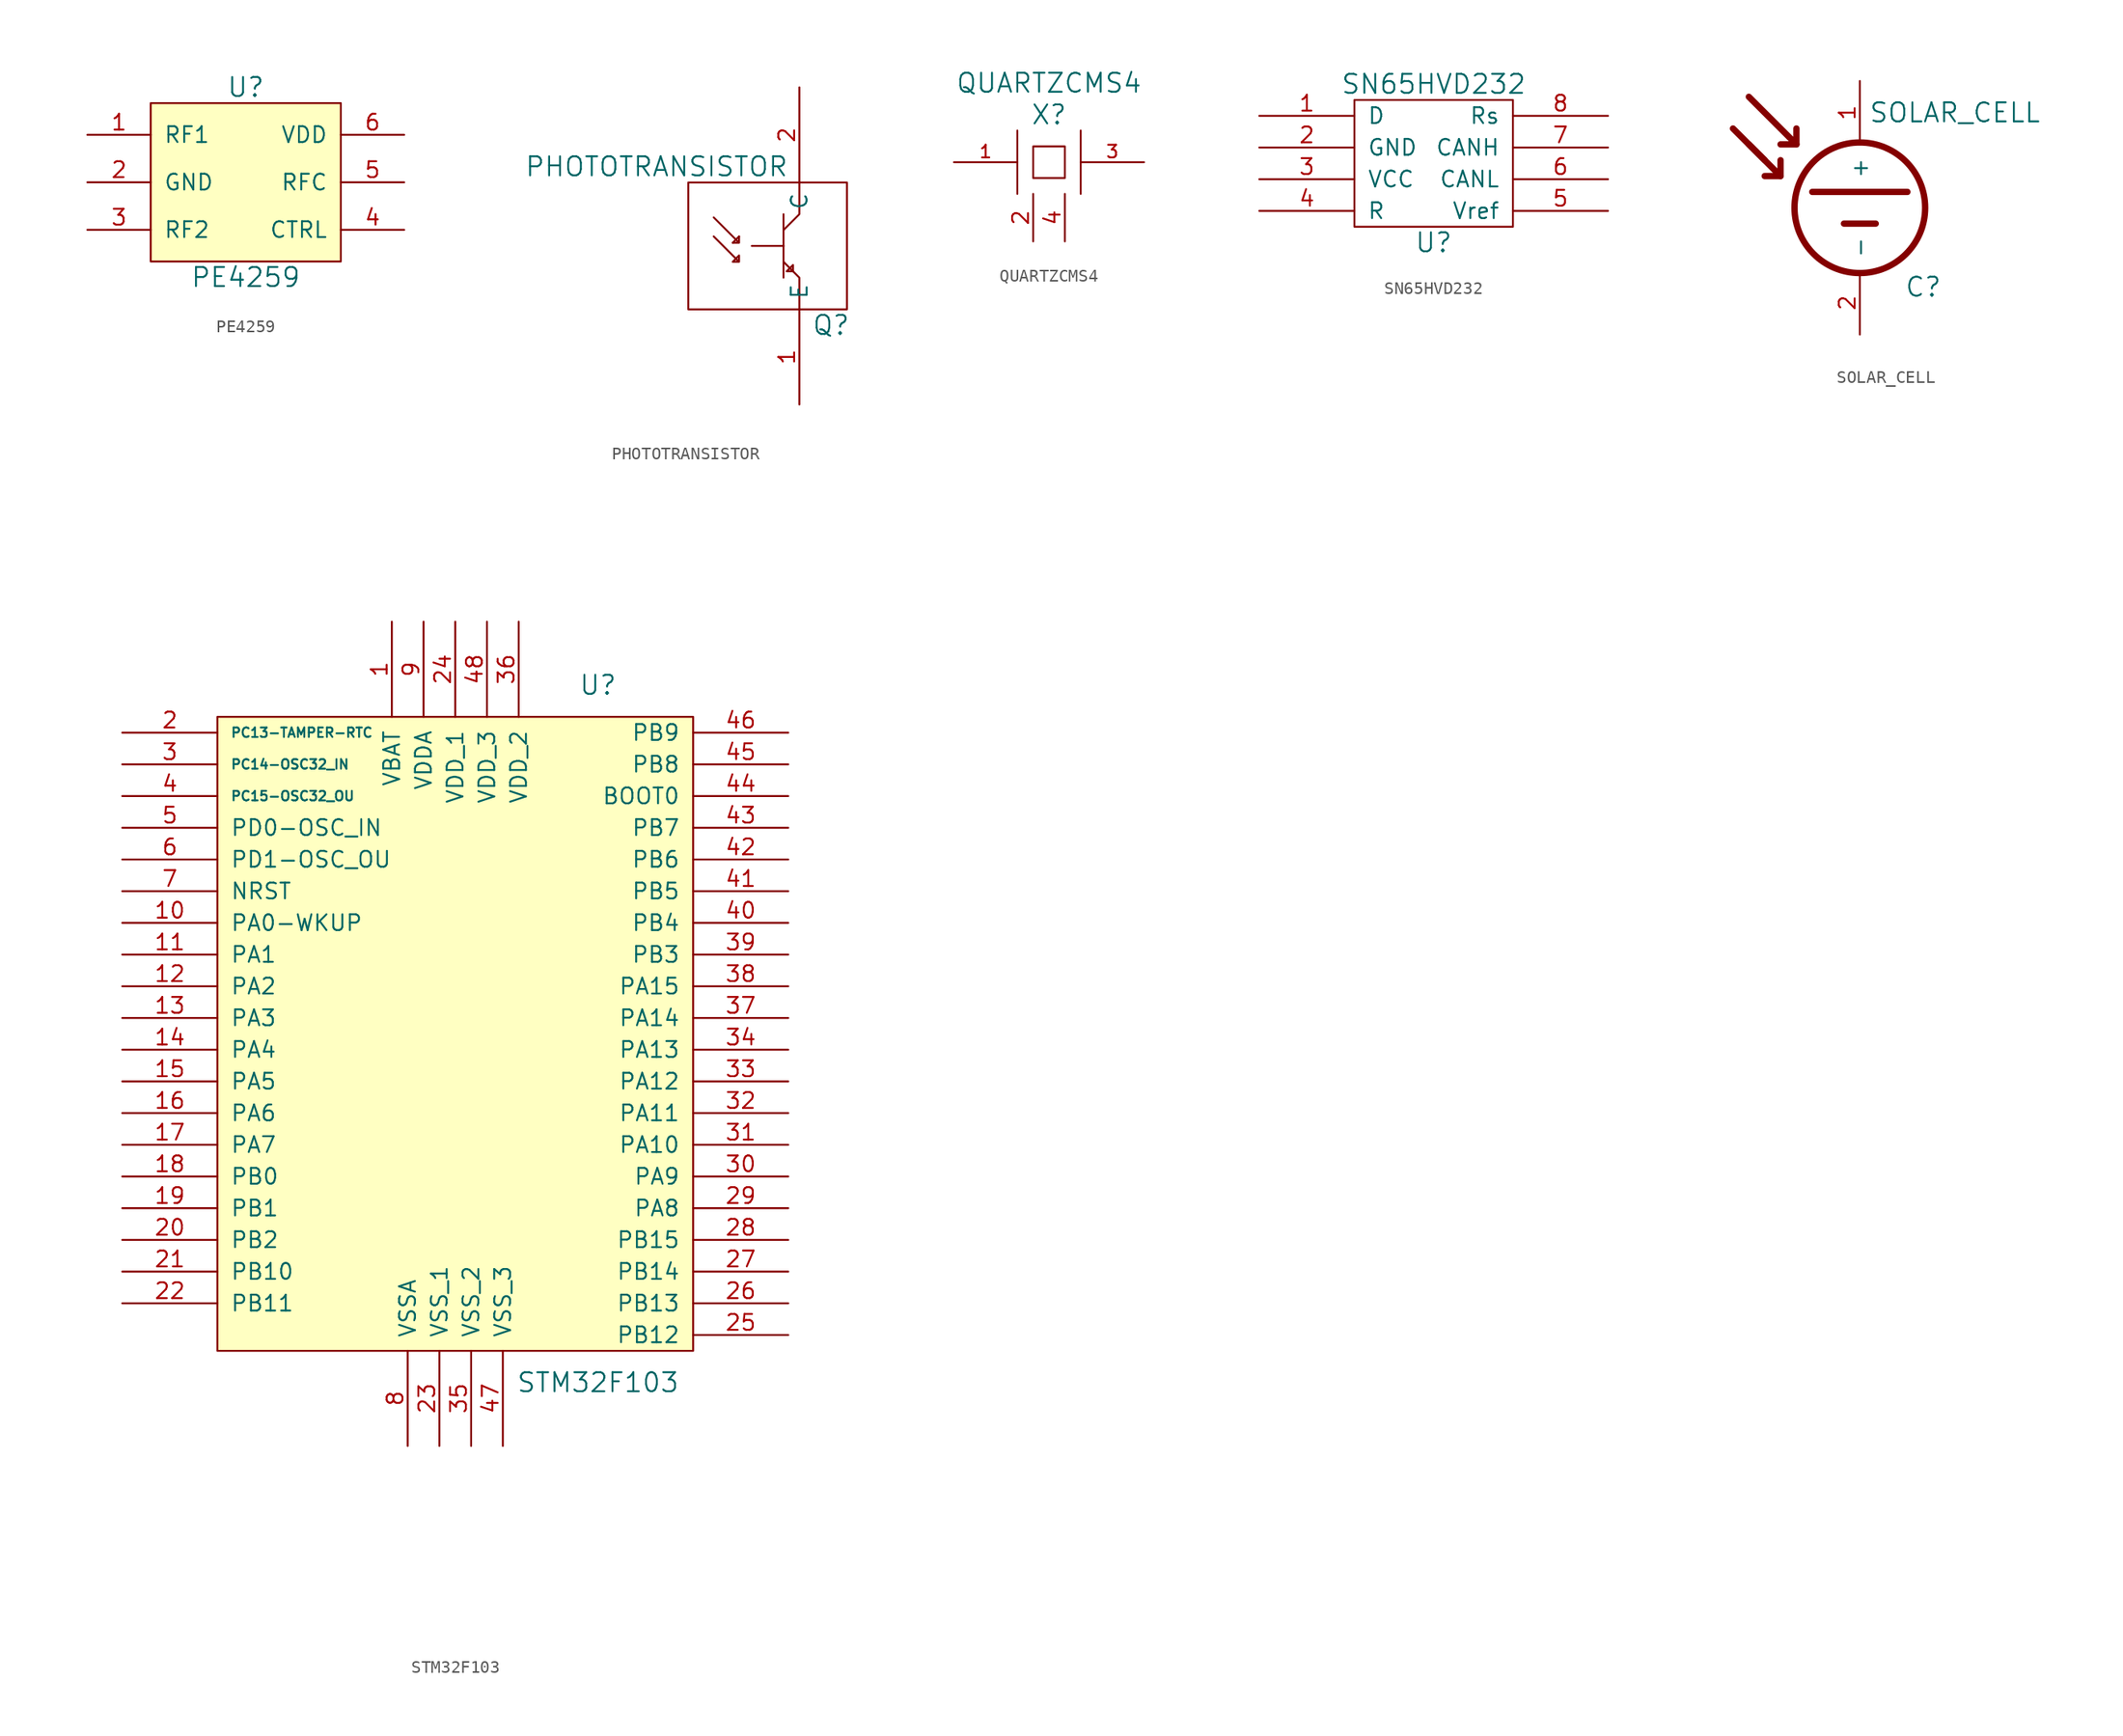
<source format=kicad_sym>
(kicad_symbol_lib
  (version 20211014)
  (generator kicad_symbol_editor)
  (symbol "PE4259"
    (pin_names
      (offset 1.016))
    (property "Reference" "U"
      (at 0 7.62 0)
      (effects (font (size 1.524 1.524))))
    (property "Value" "PE4259"
      (at 0 -7.62 0)
      (effects (font (size 1.524 1.524))))
    (property "Datasheet" ""
      (at 0 0 0)
      (effects (font (size 1.524 1.524))))
    (symbol "PE4259_0_1"
      (rectangle (start -7.62 6.35) (end 7.62 -6.35) (stroke (width 0) (type default) (color 0 0 0 0)) (fill (type background))))
    (symbol "PE4259_1_1"
      (pin input line (at -12.7 3.81 0) (length 5.08) (name "RF1" (effects (font (size 1.27 1.27)))) (number "1" (effects (font (size 1.27 1.27)))))
      (pin input line (at -12.7 0 0) (length 5.08) (name "GND" (effects (font (size 1.27 1.27)))) (number "2" (effects (font (size 1.27 1.27)))))
      (pin input line (at -12.7 -3.81 0) (length 5.08) (name "RF2" (effects (font (size 1.27 1.27)))) (number "3" (effects (font (size 1.27 1.27)))))
      (pin input line (at 12.7 -3.81 180) (length 5.08) (name "CTRL" (effects (font (size 1.27 1.27)))) (number "4" (effects (font (size 1.27 1.27)))))
      (pin input line (at 12.7 0 180) (length 5.08) (name "RFC" (effects (font (size 1.27 1.27)))) (number "5" (effects (font (size 1.27 1.27)))))
      (pin input line (at 12.7 3.81 180) (length 5.08) (name "VDD" (effects (font (size 1.27 1.27)))) (number "6" (effects (font (size 1.27 1.27)))))))
  (symbol "PHOTOTRANSISTOR"
    (pin_names
      (offset 0.762))
    (property "Reference" "Q"
      (at 6.35 -7.62 0)
      (effects (font (size 1.524 1.524))))
    (property "Value" "PHOTOTRANSISTOR"
      (at -7.62 5.08 0)
      (effects (font (size 1.524 1.524))))
    (property "Datasheet" ""
      (at 0 0 0)
      (effects (font (size 1.524 1.524))))
    (symbol "PHOTOTRANSISTOR_0_1"
      (polyline (pts (xy 2.54 -1.27) (xy 0 -1.27)) (stroke (width 0) (type default) (color 0 0 0 0)) (fill (type none)))
      (polyline (pts (xy 3.81 -6.35) (xy 3.81 -5.08)) (stroke (width 0) (type default) (color 0 0 0 0)) (fill (type none)))
      (polyline (pts (xy -1.524 -1.016) (xy -1.016 -0.508) (xy -1.016 -0.508)) (stroke (width 0) (type default) (color 0 0 0 0)) (fill (type none)))
      (polyline (pts (xy 2.54 1.27) (xy 2.54 -3.81) (xy 2.54 -3.81)) (stroke (width 0) (type default) (color 0 0 0 0)) (fill (type none)))
      (polyline (pts (xy 3.81 -5.08) (xy 3.81 -3.81) (xy 2.54 -2.54)) (stroke (width 0) (type default) (color 0 0 0 0)) (fill (type none)))
      (polyline (pts (xy 3.81 3.81) (xy 3.81 1.27) (xy 2.54 0)) (stroke (width 0) (type default) (color 0 0 0 0)) (fill (type none)))
      (polyline (pts (xy 2.794 -3.302) (xy 3.302 -2.794) (xy 3.302 -3.302) (xy 2.794 -3.302) (xy 2.794 -3.302)) (stroke (width 0) (type default) (color 0 0 0 0)) (fill (type none)))
      (polyline (pts (xy -3.048 1.016) (xy -1.016 -1.016) (xy -1.016 -0.508) (xy -1.016 -1.016) (xy -1.524 -1.016) (xy -1.524 -1.016)) (stroke (width 0) (type default) (color 0 0 0 0)) (fill (type none)))
      (polyline (pts (xy -3.048 -0.508) (xy -1.016 -2.54) (xy -1.016 -2.032) (xy -1.016 -2.54) (xy -1.524 -2.54) (xy -1.016 -2.032) (xy -1.016 -2.032)) (stroke (width 0) (type default) (color 0 0 0 0)) (fill (type none)))
      (rectangle (start 7.62 3.81) (end -5.08 -6.35) (stroke (width 0) (type default) (color 0 0 0 0)) (fill (type none))))
    (symbol "PHOTOTRANSISTOR_1_1"
      (pin output line (at 3.81 -13.97 90) (length 7.62) (name "E" (effects (font (size 1.27 1.27)))) (number "1" (effects (font (size 1.27 1.27)))))
      (pin output line (at 3.81 11.43 270) (length 7.62) (name "C" (effects (font (size 1.27 1.27)))) (number "2" (effects (font (size 1.27 1.27)))))))
  (symbol "QUARTZCMS4"
    (pin_names
      (offset 1.016) hide)
    (property "Reference" "X"
      (at 0 3.81 0)
      (effects (font (size 1.524 1.524))))
    (property "Value" "QUARTZCMS4"
      (at 0 6.35 0)
      (effects (font (size 1.524 1.524))))
    (property "Footprint" ""
      (at 0 0 0)
      (effects (font (size 1.524 1.524))))
    (property "Datasheet" ""
      (at 0 0 0)
      (effects (font (size 1.524 1.524))))
    (symbol "QUARTZCMS4_0_1"
      (polyline (pts (xy -2.54 2.54) (xy -2.54 -2.54)) (stroke (width 0) (type default) (color 0 0 0 0)) (fill (type none)))
      (polyline (pts (xy 2.54 2.54) (xy 2.54 -2.54)) (stroke (width 0) (type default) (color 0 0 0 0)) (fill (type none)))
      (polyline (pts (xy -1.27 1.27) (xy 1.27 1.27) (xy 1.27 -1.27) (xy -1.27 -1.27) (xy -1.27 1.27)) (stroke (width 0) (type default) (color 0 0 0 0)) (fill (type none))))
    (symbol "QUARTZCMS4_1_1"
      (pin passive line (at -7.62 0 0) (length 5.08) (name "1" (effects (font (size 1.016 1.016)))) (number "1" (effects (font (size 1.016 1.016)))))
      (pin input line (at -1.27 -6.35 90) (length 3.81) (name "~" (effects (font (size 1.27 1.27)))) (number "2" (effects (font (size 1.27 1.27)))))
      (pin passive line (at 7.62 0 180) (length 5.08) (name "3" (effects (font (size 1.016 1.016)))) (number "3" (effects (font (size 1.016 1.016)))))
      (pin input line (at 1.27 -6.35 90) (length 3.81) (name "~" (effects (font (size 1.27 1.27)))) (number "4" (effects (font (size 1.27 1.27)))))))
  (symbol "SN65HVD232"
    (pin_names
      (offset 1.016))
    (property "Reference" "U"
      (at 0 -6.35 0)
      (effects (font (size 1.524 1.524))))
    (property "Value" "SN65HVD232"
      (at 0 6.35 0)
      (effects (font (size 1.524 1.524))))
    (property "Datasheet" ""
      (at 0 0 0)
      (effects (font (size 1.524 1.524))))
    (symbol "SN65HVD232_0_1"
      (rectangle (start -6.35 5.08) (end 6.35 -5.08) (stroke (width 0) (type default) (color 0 0 0 0)) (fill (type none))))
    (symbol "SN65HVD232_1_1"
      (pin input line (at -13.97 3.81 0) (length 7.62) (name "D" (effects (font (size 1.27 1.27)))) (number "1" (effects (font (size 1.27 1.27)))))
      (pin input line (at -13.97 1.27 0) (length 7.62) (name "GND" (effects (font (size 1.27 1.27)))) (number "2" (effects (font (size 1.27 1.27)))))
      (pin input line (at -13.97 -1.27 0) (length 7.62) (name "VCC" (effects (font (size 1.27 1.27)))) (number "3" (effects (font (size 1.27 1.27)))))
      (pin input line (at -13.97 -3.81 0) (length 7.62) (name "R" (effects (font (size 1.27 1.27)))) (number "4" (effects (font (size 1.27 1.27)))))
      (pin input line (at 13.97 -3.81 180) (length 7.62) (name "Vref" (effects (font (size 1.27 1.27)))) (number "5" (effects (font (size 1.27 1.27)))))
      (pin input line (at 13.97 -1.27 180) (length 7.62) (name "CANL" (effects (font (size 1.27 1.27)))) (number "6" (effects (font (size 1.27 1.27)))))
      (pin input line (at 13.97 1.27 180) (length 7.62) (name "CANH" (effects (font (size 1.27 1.27)))) (number "7" (effects (font (size 1.27 1.27)))))
      (pin input line (at 13.97 3.81 180) (length 7.62) (name "Rs" (effects (font (size 1.27 1.27)))) (number "8" (effects (font (size 1.27 1.27)))))))
  (symbol "SOLAR_CELL"
    (pin_names
      (offset 1.016))
    (property "Reference" "C"
      (at 5.08 -6.35 0)
      (effects (font (size 1.524 1.524))))
    (property "Value" "SOLAR_CELL"
      (at 7.62 7.62 0)
      (effects (font (size 1.524 1.524))))
    (property "Footprint" ""
      (at 0 0 0)
      (effects (font (size 1.524 1.524))))
    (property "Datasheet" ""
      (at 0 0 0)
      (effects (font (size 1.524 1.524))))
    (symbol "SOLAR_CELL_0_1"
      (polyline (pts (xy -7.62 3.81) (xy -10.16 6.35)) (stroke (width 0.508) (type default) (color 0 0 0 0)) (fill (type none)))
      (polyline (pts (xy -6.35 2.54) (xy -7.62 2.54)) (stroke (width 0.508) (type default) (color 0 0 0 0)) (fill (type none)))
      (polyline (pts (xy -5.08 5.08) (xy -6.35 5.08)) (stroke (width 0.508) (type default) (color 0 0 0 0)) (fill (type none)))
      (polyline (pts (xy -3.81 1.27) (xy 3.81 1.27)) (stroke (width 0.508) (type default) (color 0 0 0 0)) (fill (type none)))
      (polyline (pts (xy -1.27 -1.27) (xy 1.27 -1.27)) (stroke (width 0.508) (type default) (color 0 0 0 0)) (fill (type none)))
      (polyline (pts (xy -8.89 5.08) (xy -6.35 2.54) (xy -6.35 3.81)) (stroke (width 0.508) (type default) (color 0 0 0 0)) (fill (type none)))
      (polyline (pts (xy -8.89 8.89) (xy -5.08 5.08) (xy -5.08 6.35)) (stroke (width 0.508) (type default) (color 0 0 0 0)) (fill (type none)))
      (circle (center 0 0) (radius 5.232) (stroke (width 0.508) (type default) (color 0 0 0 0)) (fill (type none))))
    (symbol "SOLAR_CELL_1_1"
      (pin input line (at 0 10.16 270) (length 5.08) (name "+" (effects (font (size 1.27 1.27)))) (number "1" (effects (font (size 1.27 1.27)))))
      (pin input line (at 0 -10.16 90) (length 5.08) (name "-" (effects (font (size 1.27 1.27)))) (number "2" (effects (font (size 1.27 1.27)))))))
  (symbol "STM32F103"
    (pin_names
      (offset 1.016))
    (property "Reference" "U"
      (at 11.43 69.85 0)
      (effects (font (size 1.524 1.524))))
    (property "Value" "STM32F103"
      (at 11.43 13.97 0)
      (effects (font (size 1.524 1.524))))
    (property "Datasheet" ""
      (at 0 0 0)
      (effects (font (size 1.524 1.524))))
    (symbol "STM32F103_0_1"
      (rectangle (start 19.05 16.51) (end -19.05 67.31) (stroke (width 0) (type default) (color 0 0 0 0)) (fill (type background))))
    (symbol "STM32F103_1_0"
      (pin input line (at -26.67 50.8 0) (length 7.62) (name "PA0-WKUP" (effects (font (size 1.27 1.27)))) (number "10" (effects (font (size 1.27 1.27)))))
      (pin input line (at -26.67 48.26 0) (length 7.62) (name "PA1" (effects (font (size 1.27 1.27)))) (number "11" (effects (font (size 1.27 1.27)))))
      (pin input line (at -26.67 45.72 0) (length 7.62) (name "PA2" (effects (font (size 1.27 1.27)))) (number "12" (effects (font (size 1.27 1.27)))))
      (pin input line (at -26.67 43.18 0) (length 7.62) (name "PA3" (effects (font (size 1.27 1.27)))) (number "13" (effects (font (size 1.27 1.27)))))
      (pin input line (at -26.67 40.64 0) (length 7.62) (name "PA4" (effects (font (size 1.27 1.27)))) (number "14" (effects (font (size 1.27 1.27)))))
      (pin input line (at -26.67 38.1 0) (length 7.62) (name "PA5" (effects (font (size 1.27 1.27)))) (number "15" (effects (font (size 1.27 1.27)))))
      (pin input line (at -26.67 35.56 0) (length 7.62) (name "PA6" (effects (font (size 1.27 1.27)))) (number "16" (effects (font (size 1.27 1.27)))))
      (pin input line (at -26.67 33.02 0) (length 7.62) (name "PA7" (effects (font (size 1.27 1.27)))) (number "17" (effects (font (size 1.27 1.27)))))
      (pin input line (at -26.67 30.48 0) (length 7.62) (name "PB0" (effects (font (size 1.27 1.27)))) (number "18" (effects (font (size 1.27 1.27)))))
      (pin input line (at -26.67 27.94 0) (length 7.62) (name "PB1" (effects (font (size 1.27 1.27)))) (number "19" (effects (font (size 1.27 1.27)))))
      (pin input line (at -26.67 25.4 0) (length 7.62) (name "PB2" (effects (font (size 1.27 1.27)))) (number "20" (effects (font (size 1.27 1.27)))))
      (pin input line (at -26.67 22.86 0) (length 7.62) (name "PB10" (effects (font (size 1.27 1.27)))) (number "21" (effects (font (size 1.27 1.27)))))
      (pin input line (at -26.67 20.32 0) (length 7.62) (name "PB11" (effects (font (size 1.27 1.27)))) (number "22" (effects (font (size 1.27 1.27)))))
      (pin input line (at -1.27 8.89 90) (length 7.62) (name "VSS_1" (effects (font (size 1.27 1.27)))) (number "23" (effects (font (size 1.27 1.27)))))
      (pin input line (at 0 74.93 270) (length 7.62) (name "VDD_1" (effects (font (size 1.27 1.27)))) (number "24" (effects (font (size 1.27 1.27)))))
      (pin input line (at 26.67 17.78 180) (length 7.62) (name "PB12" (effects (font (size 1.27 1.27)))) (number "25" (effects (font (size 1.27 1.27)))))
      (pin input line (at 26.67 20.32 180) (length 7.62) (name "PB13" (effects (font (size 1.27 1.27)))) (number "26" (effects (font (size 1.27 1.27)))))
      (pin input line (at 26.67 22.86 180) (length 7.62) (name "PB14" (effects (font (size 1.27 1.27)))) (number "27" (effects (font (size 1.27 1.27)))))
      (pin input line (at 26.67 25.4 180) (length 7.62) (name "PB15" (effects (font (size 1.27 1.27)))) (number "28" (effects (font (size 1.27 1.27)))))
      (pin input line (at 26.67 27.94 180) (length 7.62) (name "PA8" (effects (font (size 1.27 1.27)))) (number "29" (effects (font (size 1.27 1.27)))))
      (pin input line (at 26.67 30.48 180) (length 7.62) (name "PA9" (effects (font (size 1.27 1.27)))) (number "30" (effects (font (size 1.27 1.27)))))
      (pin input line (at 26.67 33.02 180) (length 7.62) (name "PA10" (effects (font (size 1.27 1.27)))) (number "31" (effects (font (size 1.27 1.27)))))
      (pin input line (at 26.67 35.56 180) (length 7.62) (name "PA11" (effects (font (size 1.27 1.27)))) (number "32" (effects (font (size 1.27 1.27)))))
      (pin input line (at 26.67 38.1 180) (length 7.62) (name "PA12" (effects (font (size 1.27 1.27)))) (number "33" (effects (font (size 1.27 1.27)))))
      (pin input line (at 26.67 40.64 180) (length 7.62) (name "PA13" (effects (font (size 1.27 1.27)))) (number "34" (effects (font (size 1.27 1.27)))))
      (pin input line (at 1.27 8.89 90) (length 7.62) (name "VSS_2" (effects (font (size 1.27 1.27)))) (number "35" (effects (font (size 1.27 1.27)))))
      (pin input line (at 5.08 74.93 270) (length 7.62) (name "VDD_2" (effects (font (size 1.27 1.27)))) (number "36" (effects (font (size 1.27 1.27)))))
      (pin input line (at 26.67 43.18 180) (length 7.62) (name "PA14" (effects (font (size 1.27 1.27)))) (number "37" (effects (font (size 1.27 1.27)))))
      (pin input line (at 26.67 45.72 180) (length 7.62) (name "PA15" (effects (font (size 1.27 1.27)))) (number "38" (effects (font (size 1.27 1.27)))))
      (pin input line (at 26.67 48.26 180) (length 7.62) (name "PB3" (effects (font (size 1.27 1.27)))) (number "39" (effects (font (size 1.27 1.27)))))
      (pin input line (at 26.67 50.8 180) (length 7.62) (name "PB4" (effects (font (size 1.27 1.27)))) (number "40" (effects (font (size 1.27 1.27)))))
      (pin input line (at 26.67 53.34 180) (length 7.62) (name "PB5" (effects (font (size 1.27 1.27)))) (number "41" (effects (font (size 1.27 1.27)))))
      (pin input line (at 26.67 55.88 180) (length 7.62) (name "PB6" (effects (font (size 1.27 1.27)))) (number "42" (effects (font (size 1.27 1.27)))))
      (pin input line (at 26.67 58.42 180) (length 7.62) (name "PB7" (effects (font (size 1.27 1.27)))) (number "43" (effects (font (size 1.27 1.27)))))
      (pin input line (at 26.67 60.96 180) (length 7.62) (name "BOOT0" (effects (font (size 1.27 1.27)))) (number "44" (effects (font (size 1.27 1.27)))))
      (pin input line (at 26.67 63.5 180) (length 7.62) (name "PB8" (effects (font (size 1.27 1.27)))) (number "45" (effects (font (size 1.27 1.27)))))
      (pin input line (at 26.67 66.04 180) (length 7.62) (name "PB9" (effects (font (size 1.27 1.27)))) (number "46" (effects (font (size 1.27 1.27)))))
      (pin input line (at 3.81 8.89 90) (length 7.62) (name "VSS_3" (effects (font (size 1.27 1.27)))) (number "47" (effects (font (size 1.27 1.27)))))
      (pin input line (at 2.54 74.93 270) (length 7.62) (name "VDD_3" (effects (font (size 1.27 1.27)))) (number "48" (effects (font (size 1.27 1.27)))))
      (pin input line (at -2.54 74.93 270) (length 7.62) (name "VDDA" (effects (font (size 1.27 1.27)))) (number "9" (effects (font (size 1.27 1.27))))))
    (symbol "STM32F103_1_1"
      (pin input line (at -5.08 74.93 270) (length 7.62) (name "VBAT" (effects (font (size 1.27 1.27)))) (number "1" (effects (font (size 1.27 1.27)))))
      (pin input line (at -26.67 66.04 0) (length 7.62) (name "PC13-TAMPER-RTC" (effects (font (size 0.762 0.762)))) (number "2" (effects (font (size 1.27 1.27)))))
      (pin input line (at -26.67 63.5 0) (length 7.62) (name "PC14-OSC32_IN" (effects (font (size 0.762 0.762)))) (number "3" (effects (font (size 1.27 1.27)))))
      (pin input line (at -26.67 60.96 0) (length 7.62) (name "PC15-OSC32_OU" (effects (font (size 0.762 0.762)))) (number "4" (effects (font (size 1.27 1.27)))))
      (pin input line (at -26.67 58.42 0) (length 7.62) (name "PD0-OSC_IN" (effects (font (size 1.27 1.27)))) (number "5" (effects (font (size 1.27 1.27)))))
      (pin input line (at -26.67 55.88 0) (length 7.62) (name "PD1-OSC_OU" (effects (font (size 1.27 1.27)))) (number "6" (effects (font (size 1.27 1.27)))))
      (pin input line (at -26.67 53.34 0) (length 7.62) (name "NRST" (effects (font (size 1.27 1.27)))) (number "7" (effects (font (size 1.27 1.27)))))
      (pin input line (at -3.81 8.89 90) (length 7.62) (name "VSSA" (effects (font (size 1.27 1.27)))) (number "8" (effects (font (size 1.27 1.27))))))))
</source>
